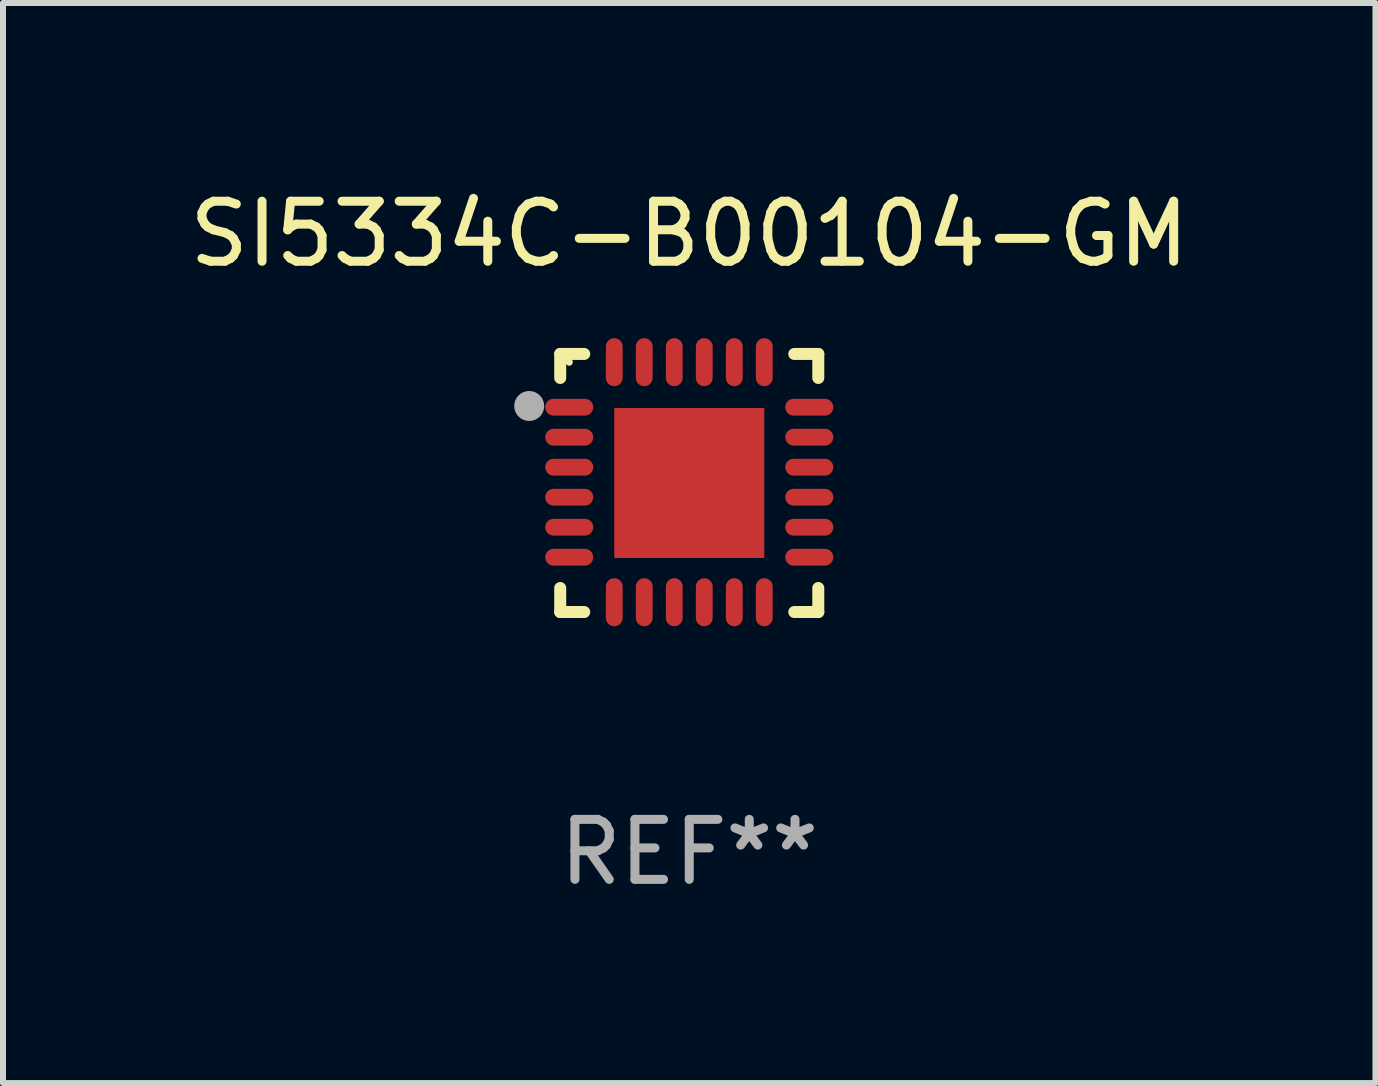
<source format=kicad_pcb>
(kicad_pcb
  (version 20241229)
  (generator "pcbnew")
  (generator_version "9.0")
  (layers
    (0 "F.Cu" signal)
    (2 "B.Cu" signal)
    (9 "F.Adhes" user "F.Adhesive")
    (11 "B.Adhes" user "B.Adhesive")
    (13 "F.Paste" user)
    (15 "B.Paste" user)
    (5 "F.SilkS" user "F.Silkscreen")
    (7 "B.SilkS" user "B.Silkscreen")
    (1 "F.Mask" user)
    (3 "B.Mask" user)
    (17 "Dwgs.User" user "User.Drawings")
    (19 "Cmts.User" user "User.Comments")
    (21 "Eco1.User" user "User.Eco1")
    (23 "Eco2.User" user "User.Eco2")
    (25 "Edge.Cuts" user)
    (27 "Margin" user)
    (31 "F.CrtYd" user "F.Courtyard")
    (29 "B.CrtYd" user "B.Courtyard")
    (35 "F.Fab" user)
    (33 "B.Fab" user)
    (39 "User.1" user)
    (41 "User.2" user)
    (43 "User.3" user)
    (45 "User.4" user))
  (footprint "SI5334C-B00104-GM"
    (layer "F.Cu")
    (at 8.435 4.998)
    (property "Reference" "SI5334C-B00104-GM" (at 0 -4.15 0) (layer "F.SilkS") (effects (font (size 1 1) (thickness 0.15))))
    (attr through_hole)
    (fp_line (start -2.15 -2.15) (end -1.75 -2.15) (stroke (width 0.2) (type solid)) (layer "F.SilkS"))
    (fp_line (start -2.15 -1.75) (end -2.15 -2.15) (stroke (width 0.2) (type solid)) (layer "F.SilkS"))
    (fp_line (start -2.15 2.15) (end -2.15 1.75) (stroke (width 0.2) (type solid)) (layer "F.SilkS"))
    (fp_line (start -1.75 2.15) (end -2.15 2.15) (stroke (width 0.2) (type solid)) (layer "F.SilkS"))
    (fp_line (start 1.75 -2.15) (end 2.15 -2.15) (stroke (width 0.2) (type solid)) (layer "F.SilkS"))
    (fp_line (start 1.75 2.15) (end 2.15 2.15) (stroke (width 0.2) (type solid)) (layer "F.SilkS"))
    (fp_line (start 2.15 -2.15) (end 2.15 -1.75) (stroke (width 0.2) (type solid)) (layer "F.SilkS"))
    (fp_line (start 2.15 2.15) (end 2.15 1.75) (stroke (width 0.2) (type solid)) (layer "F.SilkS"))
    (fp_circle (center -2 -2.013) (end -1.97 -2.013) (stroke (width 0.06) (type solid)) (fill no) (layer "F.SilkS"))
    (fp_circle (center -2.667 -1.283) (end -2.542 -1.283) (stroke (width 0.25) (type solid)) (fill no) (layer "F.Fab"))
    (fp_text user "REF**" (at 0 6.15 0) (layer "F.Fab") (effects (font (size 1 1) (thickness 0.15))))
    (pad "1" smd oval (at -2 -1.263) (size 0.8 0.28) (layers "F.Cu" "F.Mask" "F.Paste"))
    (pad "2" smd oval (at -2 -0.763) (size 0.8 0.28) (layers "F.Cu" "F.Mask" "F.Paste"))
    (pad "3" smd oval (at -2 -0.263) (size 0.8 0.28) (layers "F.Cu" "F.Mask" "F.Paste"))
    (pad "4" smd oval (at -2 0.237) (size 0.8 0.28) (layers "F.Cu" "F.Mask" "F.Paste"))
    (pad "5" smd oval (at -2 0.737) (size 0.8 0.28) (layers "F.Cu" "F.Mask" "F.Paste"))
    (pad "6" smd oval (at -2 1.237) (size 0.8 0.28) (layers "F.Cu" "F.Mask" "F.Paste"))
    (pad "7" smd oval (at -1.25 1.987) (size 0.28 0.8) (layers "F.Cu" "F.Mask" "F.Paste"))
    (pad "8" smd oval (at -0.75 1.987) (size 0.28 0.8) (layers "F.Cu" "F.Mask" "F.Paste"))
    (pad "9" smd oval (at -0.25 1.987) (size 0.28 0.8) (layers "F.Cu" "F.Mask" "F.Paste"))
    (pad "10" smd oval (at 0.25 1.987) (size 0.28 0.8) (layers "F.Cu" "F.Mask" "F.Paste"))
    (pad "11" smd oval (at 0.75 1.987) (size 0.28 0.8) (layers "F.Cu" "F.Mask" "F.Paste"))
    (pad "12" smd oval (at 1.25 1.987) (size 0.28 0.8) (layers "F.Cu" "F.Mask" "F.Paste"))
    (pad "13" smd oval (at 2 1.237) (size 0.8 0.28) (layers "F.Cu" "F.Mask" "F.Paste"))
    (pad "14" smd oval (at 2 0.737) (size 0.8 0.28) (layers "F.Cu" "F.Mask" "F.Paste"))
    (pad "15" smd oval (at 2 0.237) (size 0.8 0.28) (layers "F.Cu" "F.Mask" "F.Paste"))
    (pad "16" smd oval (at 2 -0.263) (size 0.8 0.28) (layers "F.Cu" "F.Mask" "F.Paste"))
    (pad "17" smd oval (at 2 -0.763) (size 0.8 0.28) (layers "F.Cu" "F.Mask" "F.Paste"))
    (pad "18" smd oval (at 2 -1.263) (size 0.8 0.28) (layers "F.Cu" "F.Mask" "F.Paste"))
    (pad "19" smd oval (at 1.25 -2.013) (size 0.28 0.8) (layers "F.Cu" "F.Mask" "F.Paste"))
    (pad "20" smd oval (at 0.75 -2.013) (size 0.28 0.8) (layers "F.Cu" "F.Mask" "F.Paste"))
    (pad "21" smd oval (at 0.25 -2.013) (size 0.28 0.8) (layers "F.Cu" "F.Mask" "F.Paste"))
    (pad "22" smd oval (at -0.25 -2.013) (size 0.28 0.8) (layers "F.Cu" "F.Mask" "F.Paste"))
    (pad "23" smd oval (at -0.75 -2.013) (size 0.28 0.8) (layers "F.Cu" "F.Mask" "F.Paste"))
    (pad "24" smd oval (at -1.25 -2.013) (size 0.28 0.8) (layers "F.Cu" "F.Mask" "F.Paste"))
    (pad "25" smd rect (at -0.000127 -0.00014) (size 2.5 2.5) (layers "F.Cu" "F.Mask" "F.Paste")))
  (gr_rect
    (start -3 -3)
    (end 19.869 14.997)
    (stroke (width 0.1) (type default))
    (fill no)
    (layer "Edge.Cuts")))
</source>
